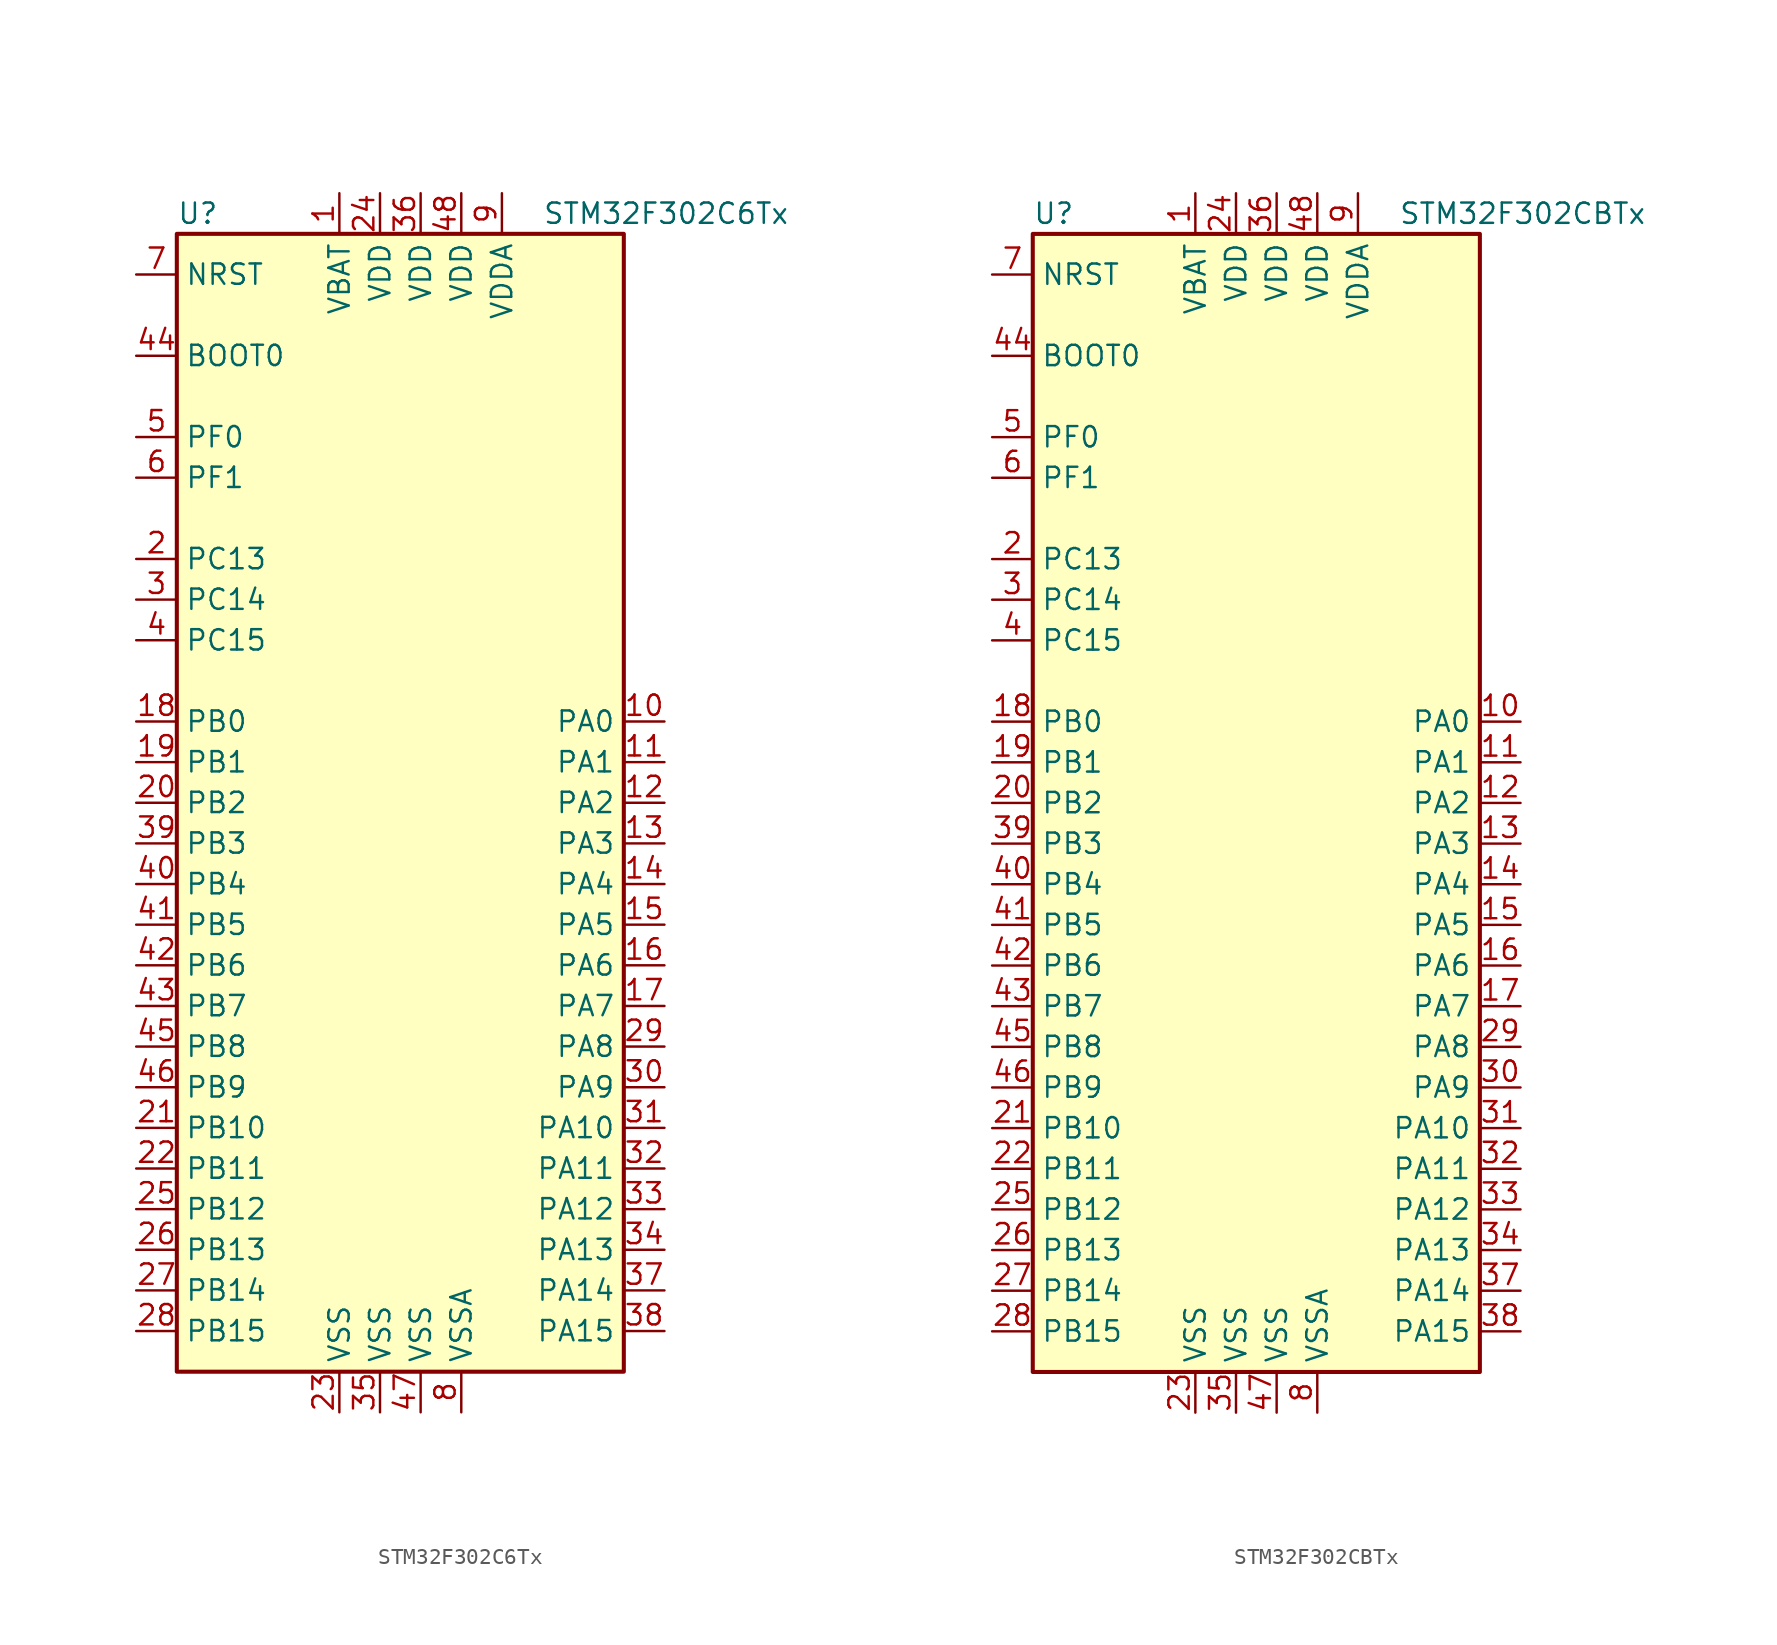
<source format=kicad_sym>
(kicad_symbol_lib
  (version 20201005)
  (generator kicad_symbol_editor)
  (symbol "STM32F302C6Tx"
    (property "Reference" "U"
      (at -15.24 36.83 0)
      (effects (font (size 1.27 1.27)) (justify left)))
    (property "Value" "STM32F302C6Tx"
      (at 7.62 36.83 0)
      (effects (font (size 1.27 1.27)) (justify left)))
    (symbol "STM32F302C6Tx_0_1"
      (rectangle (start -15.24 -35.56) (end 12.7 35.56) (stroke (width 0.254)) (fill (type background))))
    (symbol "STM32F302C6Tx_1_1"
      (pin power_in line (at -5.08 38.1 270) (length 2.54) (name "VBAT" (effects (font (size 1.27 1.27)))) (number "1" (effects (font (size 1.27 1.27)))))
      (pin bidirectional line (at 15.24 5.08 180) (length 2.54) (name "PA0" (effects (font (size 1.27 1.27)))) (number "10" (effects (font (size 1.27 1.27)))))
      (pin bidirectional line (at 15.24 2.54 180) (length 2.54) (name "PA1" (effects (font (size 1.27 1.27)))) (number "11" (effects (font (size 1.27 1.27)))))
      (pin bidirectional line (at 15.24 0 180) (length 2.54) (name "PA2" (effects (font (size 1.27 1.27)))) (number "12" (effects (font (size 1.27 1.27)))))
      (pin bidirectional line (at 15.24 -2.54 180) (length 2.54) (name "PA3" (effects (font (size 1.27 1.27)))) (number "13" (effects (font (size 1.27 1.27)))))
      (pin bidirectional line (at 15.24 -5.08 180) (length 2.54) (name "PA4" (effects (font (size 1.27 1.27)))) (number "14" (effects (font (size 1.27 1.27)))))
      (pin bidirectional line (at 15.24 -7.62 180) (length 2.54) (name "PA5" (effects (font (size 1.27 1.27)))) (number "15" (effects (font (size 1.27 1.27)))))
      (pin bidirectional line (at 15.24 -10.16 180) (length 2.54) (name "PA6" (effects (font (size 1.27 1.27)))) (number "16" (effects (font (size 1.27 1.27)))))
      (pin bidirectional line (at 15.24 -12.7 180) (length 2.54) (name "PA7" (effects (font (size 1.27 1.27)))) (number "17" (effects (font (size 1.27 1.27)))))
      (pin bidirectional line (at -17.78 5.08 0) (length 2.54) (name "PB0" (effects (font (size 1.27 1.27)))) (number "18" (effects (font (size 1.27 1.27)))))
      (pin bidirectional line (at -17.78 2.54 0) (length 2.54) (name "PB1" (effects (font (size 1.27 1.27)))) (number "19" (effects (font (size 1.27 1.27)))))
      (pin bidirectional line (at -17.78 15.24 0) (length 2.54) (name "PC13" (effects (font (size 1.27 1.27)))) (number "2" (effects (font (size 1.27 1.27)))))
      (pin bidirectional line (at -17.78 0 0) (length 2.54) (name "PB2" (effects (font (size 1.27 1.27)))) (number "20" (effects (font (size 1.27 1.27)))))
      (pin bidirectional line (at -17.78 -20.32 0) (length 2.54) (name "PB10" (effects (font (size 1.27 1.27)))) (number "21" (effects (font (size 1.27 1.27)))))
      (pin bidirectional line (at -17.78 -22.86 0) (length 2.54) (name "PB11" (effects (font (size 1.27 1.27)))) (number "22" (effects (font (size 1.27 1.27)))))
      (pin power_in line (at -5.08 -38.1 90) (length 2.54) (name "VSS" (effects (font (size 1.27 1.27)))) (number "23" (effects (font (size 1.27 1.27)))))
      (pin power_in line (at -2.54 38.1 270) (length 2.54) (name "VDD" (effects (font (size 1.27 1.27)))) (number "24" (effects (font (size 1.27 1.27)))))
      (pin bidirectional line (at -17.78 -25.4 0) (length 2.54) (name "PB12" (effects (font (size 1.27 1.27)))) (number "25" (effects (font (size 1.27 1.27)))))
      (pin bidirectional line (at -17.78 -27.94 0) (length 2.54) (name "PB13" (effects (font (size 1.27 1.27)))) (number "26" (effects (font (size 1.27 1.27)))))
      (pin bidirectional line (at -17.78 -30.48 0) (length 2.54) (name "PB14" (effects (font (size 1.27 1.27)))) (number "27" (effects (font (size 1.27 1.27)))))
      (pin bidirectional line (at -17.78 -33.02 0) (length 2.54) (name "PB15" (effects (font (size 1.27 1.27)))) (number "28" (effects (font (size 1.27 1.27)))))
      (pin bidirectional line (at 15.24 -15.24 180) (length 2.54) (name "PA8" (effects (font (size 1.27 1.27)))) (number "29" (effects (font (size 1.27 1.27)))))
      (pin bidirectional line (at -17.78 12.7 0) (length 2.54) (name "PC14" (effects (font (size 1.27 1.27)))) (number "3" (effects (font (size 1.27 1.27)))))
      (pin bidirectional line (at 15.24 -17.78 180) (length 2.54) (name "PA9" (effects (font (size 1.27 1.27)))) (number "30" (effects (font (size 1.27 1.27)))))
      (pin bidirectional line (at 15.24 -20.32 180) (length 2.54) (name "PA10" (effects (font (size 1.27 1.27)))) (number "31" (effects (font (size 1.27 1.27)))))
      (pin bidirectional line (at 15.24 -22.86 180) (length 2.54) (name "PA11" (effects (font (size 1.27 1.27)))) (number "32" (effects (font (size 1.27 1.27)))))
      (pin bidirectional line (at 15.24 -25.4 180) (length 2.54) (name "PA12" (effects (font (size 1.27 1.27)))) (number "33" (effects (font (size 1.27 1.27)))))
      (pin bidirectional line (at 15.24 -27.94 180) (length 2.54) (name "PA13" (effects (font (size 1.27 1.27)))) (number "34" (effects (font (size 1.27 1.27)))))
      (pin power_in line (at -2.54 -38.1 90) (length 2.54) (name "VSS" (effects (font (size 1.27 1.27)))) (number "35" (effects (font (size 1.27 1.27)))))
      (pin power_in line (at 0 38.1 270) (length 2.54) (name "VDD" (effects (font (size 1.27 1.27)))) (number "36" (effects (font (size 1.27 1.27)))))
      (pin bidirectional line (at 15.24 -30.48 180) (length 2.54) (name "PA14" (effects (font (size 1.27 1.27)))) (number "37" (effects (font (size 1.27 1.27)))))
      (pin bidirectional line (at 15.24 -33.02 180) (length 2.54) (name "PA15" (effects (font (size 1.27 1.27)))) (number "38" (effects (font (size 1.27 1.27)))))
      (pin bidirectional line (at -17.78 -2.54 0) (length 2.54) (name "PB3" (effects (font (size 1.27 1.27)))) (number "39" (effects (font (size 1.27 1.27)))))
      (pin bidirectional line (at -17.78 10.16 0) (length 2.54) (name "PC15" (effects (font (size 1.27 1.27)))) (number "4" (effects (font (size 1.27 1.27)))))
      (pin bidirectional line (at -17.78 -5.08 0) (length 2.54) (name "PB4" (effects (font (size 1.27 1.27)))) (number "40" (effects (font (size 1.27 1.27)))))
      (pin bidirectional line (at -17.78 -7.62 0) (length 2.54) (name "PB5" (effects (font (size 1.27 1.27)))) (number "41" (effects (font (size 1.27 1.27)))))
      (pin bidirectional line (at -17.78 -10.16 0) (length 2.54) (name "PB6" (effects (font (size 1.27 1.27)))) (number "42" (effects (font (size 1.27 1.27)))))
      (pin bidirectional line (at -17.78 -12.7 0) (length 2.54) (name "PB7" (effects (font (size 1.27 1.27)))) (number "43" (effects (font (size 1.27 1.27)))))
      (pin input line (at -17.78 27.94 0) (length 2.54) (name "BOOT0" (effects (font (size 1.27 1.27)))) (number "44" (effects (font (size 1.27 1.27)))))
      (pin bidirectional line (at -17.78 -15.24 0) (length 2.54) (name "PB8" (effects (font (size 1.27 1.27)))) (number "45" (effects (font (size 1.27 1.27)))))
      (pin bidirectional line (at -17.78 -17.78 0) (length 2.54) (name "PB9" (effects (font (size 1.27 1.27)))) (number "46" (effects (font (size 1.27 1.27)))))
      (pin power_in line (at 0 -38.1 90) (length 2.54) (name "VSS" (effects (font (size 1.27 1.27)))) (number "47" (effects (font (size 1.27 1.27)))))
      (pin power_in line (at 2.54 38.1 270) (length 2.54) (name "VDD" (effects (font (size 1.27 1.27)))) (number "48" (effects (font (size 1.27 1.27)))))
      (pin input line (at -17.78 22.86 0) (length 2.54) (name "PF0" (effects (font (size 1.27 1.27)))) (number "5" (effects (font (size 1.27 1.27)))))
      (pin input line (at -17.78 20.32 0) (length 2.54) (name "PF1" (effects (font (size 1.27 1.27)))) (number "6" (effects (font (size 1.27 1.27)))))
      (pin input line (at -17.78 33.02 0) (length 2.54) (name "NRST" (effects (font (size 1.27 1.27)))) (number "7" (effects (font (size 1.27 1.27)))))
      (pin power_in line (at 2.54 -38.1 90) (length 2.54) (name "VSSA" (effects (font (size 1.27 1.27)))) (number "8" (effects (font (size 1.27 1.27)))))
      (pin power_in line (at 5.08 38.1 270) (length 2.54) (name "VDDA" (effects (font (size 1.27 1.27)))) (number "9" (effects (font (size 1.27 1.27)))))))
  (symbol "STM32F302CBTx"
    (property "Reference" "U"
      (at -15.24 36.83 0)
      (effects (font (size 1.27 1.27)) (justify left)))
    (property "Value" "STM32F302CBTx"
      (at 7.62 36.83 0)
      (effects (font (size 1.27 1.27)) (justify left)))
    (symbol "STM32F302CBTx_0_1"
      (rectangle (start -15.24 -35.56) (end 12.7 35.56) (stroke (width 0.254)) (fill (type background))))
    (symbol "STM32F302CBTx_1_1"
      (pin power_in line (at -5.08 38.1 270) (length 2.54) (name "VBAT" (effects (font (size 1.27 1.27)))) (number "1" (effects (font (size 1.27 1.27)))))
      (pin bidirectional line (at 15.24 5.08 180) (length 2.54) (name "PA0" (effects (font (size 1.27 1.27)))) (number "10" (effects (font (size 1.27 1.27)))))
      (pin bidirectional line (at 15.24 2.54 180) (length 2.54) (name "PA1" (effects (font (size 1.27 1.27)))) (number "11" (effects (font (size 1.27 1.27)))))
      (pin bidirectional line (at 15.24 0 180) (length 2.54) (name "PA2" (effects (font (size 1.27 1.27)))) (number "12" (effects (font (size 1.27 1.27)))))
      (pin bidirectional line (at 15.24 -2.54 180) (length 2.54) (name "PA3" (effects (font (size 1.27 1.27)))) (number "13" (effects (font (size 1.27 1.27)))))
      (pin bidirectional line (at 15.24 -5.08 180) (length 2.54) (name "PA4" (effects (font (size 1.27 1.27)))) (number "14" (effects (font (size 1.27 1.27)))))
      (pin bidirectional line (at 15.24 -7.62 180) (length 2.54) (name "PA5" (effects (font (size 1.27 1.27)))) (number "15" (effects (font (size 1.27 1.27)))))
      (pin bidirectional line (at 15.24 -10.16 180) (length 2.54) (name "PA6" (effects (font (size 1.27 1.27)))) (number "16" (effects (font (size 1.27 1.27)))))
      (pin bidirectional line (at 15.24 -12.7 180) (length 2.54) (name "PA7" (effects (font (size 1.27 1.27)))) (number "17" (effects (font (size 1.27 1.27)))))
      (pin bidirectional line (at -17.78 5.08 0) (length 2.54) (name "PB0" (effects (font (size 1.27 1.27)))) (number "18" (effects (font (size 1.27 1.27)))))
      (pin bidirectional line (at -17.78 2.54 0) (length 2.54) (name "PB1" (effects (font (size 1.27 1.27)))) (number "19" (effects (font (size 1.27 1.27)))))
      (pin bidirectional line (at -17.78 15.24 0) (length 2.54) (name "PC13" (effects (font (size 1.27 1.27)))) (number "2" (effects (font (size 1.27 1.27)))))
      (pin bidirectional line (at -17.78 0 0) (length 2.54) (name "PB2" (effects (font (size 1.27 1.27)))) (number "20" (effects (font (size 1.27 1.27)))))
      (pin bidirectional line (at -17.78 -20.32 0) (length 2.54) (name "PB10" (effects (font (size 1.27 1.27)))) (number "21" (effects (font (size 1.27 1.27)))))
      (pin bidirectional line (at -17.78 -22.86 0) (length 2.54) (name "PB11" (effects (font (size 1.27 1.27)))) (number "22" (effects (font (size 1.27 1.27)))))
      (pin power_in line (at -5.08 -38.1 90) (length 2.54) (name "VSS" (effects (font (size 1.27 1.27)))) (number "23" (effects (font (size 1.27 1.27)))))
      (pin power_in line (at -2.54 38.1 270) (length 2.54) (name "VDD" (effects (font (size 1.27 1.27)))) (number "24" (effects (font (size 1.27 1.27)))))
      (pin bidirectional line (at -17.78 -25.4 0) (length 2.54) (name "PB12" (effects (font (size 1.27 1.27)))) (number "25" (effects (font (size 1.27 1.27)))))
      (pin bidirectional line (at -17.78 -27.94 0) (length 2.54) (name "PB13" (effects (font (size 1.27 1.27)))) (number "26" (effects (font (size 1.27 1.27)))))
      (pin bidirectional line (at -17.78 -30.48 0) (length 2.54) (name "PB14" (effects (font (size 1.27 1.27)))) (number "27" (effects (font (size 1.27 1.27)))))
      (pin bidirectional line (at -17.78 -33.02 0) (length 2.54) (name "PB15" (effects (font (size 1.27 1.27)))) (number "28" (effects (font (size 1.27 1.27)))))
      (pin bidirectional line (at 15.24 -15.24 180) (length 2.54) (name "PA8" (effects (font (size 1.27 1.27)))) (number "29" (effects (font (size 1.27 1.27)))))
      (pin bidirectional line (at -17.78 12.7 0) (length 2.54) (name "PC14" (effects (font (size 1.27 1.27)))) (number "3" (effects (font (size 1.27 1.27)))))
      (pin bidirectional line (at 15.24 -17.78 180) (length 2.54) (name "PA9" (effects (font (size 1.27 1.27)))) (number "30" (effects (font (size 1.27 1.27)))))
      (pin bidirectional line (at 15.24 -20.32 180) (length 2.54) (name "PA10" (effects (font (size 1.27 1.27)))) (number "31" (effects (font (size 1.27 1.27)))))
      (pin bidirectional line (at 15.24 -22.86 180) (length 2.54) (name "PA11" (effects (font (size 1.27 1.27)))) (number "32" (effects (font (size 1.27 1.27)))))
      (pin bidirectional line (at 15.24 -25.4 180) (length 2.54) (name "PA12" (effects (font (size 1.27 1.27)))) (number "33" (effects (font (size 1.27 1.27)))))
      (pin bidirectional line (at 15.24 -27.94 180) (length 2.54) (name "PA13" (effects (font (size 1.27 1.27)))) (number "34" (effects (font (size 1.27 1.27)))))
      (pin power_in line (at -2.54 -38.1 90) (length 2.54) (name "VSS" (effects (font (size 1.27 1.27)))) (number "35" (effects (font (size 1.27 1.27)))))
      (pin power_in line (at 0 38.1 270) (length 2.54) (name "VDD" (effects (font (size 1.27 1.27)))) (number "36" (effects (font (size 1.27 1.27)))))
      (pin bidirectional line (at 15.24 -30.48 180) (length 2.54) (name "PA14" (effects (font (size 1.27 1.27)))) (number "37" (effects (font (size 1.27 1.27)))))
      (pin bidirectional line (at 15.24 -33.02 180) (length 2.54) (name "PA15" (effects (font (size 1.27 1.27)))) (number "38" (effects (font (size 1.27 1.27)))))
      (pin bidirectional line (at -17.78 -2.54 0) (length 2.54) (name "PB3" (effects (font (size 1.27 1.27)))) (number "39" (effects (font (size 1.27 1.27)))))
      (pin bidirectional line (at -17.78 10.16 0) (length 2.54) (name "PC15" (effects (font (size 1.27 1.27)))) (number "4" (effects (font (size 1.27 1.27)))))
      (pin bidirectional line (at -17.78 -5.08 0) (length 2.54) (name "PB4" (effects (font (size 1.27 1.27)))) (number "40" (effects (font (size 1.27 1.27)))))
      (pin bidirectional line (at -17.78 -7.62 0) (length 2.54) (name "PB5" (effects (font (size 1.27 1.27)))) (number "41" (effects (font (size 1.27 1.27)))))
      (pin bidirectional line (at -17.78 -10.16 0) (length 2.54) (name "PB6" (effects (font (size 1.27 1.27)))) (number "42" (effects (font (size 1.27 1.27)))))
      (pin bidirectional line (at -17.78 -12.7 0) (length 2.54) (name "PB7" (effects (font (size 1.27 1.27)))) (number "43" (effects (font (size 1.27 1.27)))))
      (pin input line (at -17.78 27.94 0) (length 2.54) (name "BOOT0" (effects (font (size 1.27 1.27)))) (number "44" (effects (font (size 1.27 1.27)))))
      (pin bidirectional line (at -17.78 -15.24 0) (length 2.54) (name "PB8" (effects (font (size 1.27 1.27)))) (number "45" (effects (font (size 1.27 1.27)))))
      (pin bidirectional line (at -17.78 -17.78 0) (length 2.54) (name "PB9" (effects (font (size 1.27 1.27)))) (number "46" (effects (font (size 1.27 1.27)))))
      (pin power_in line (at 0 -38.1 90) (length 2.54) (name "VSS" (effects (font (size 1.27 1.27)))) (number "47" (effects (font (size 1.27 1.27)))))
      (pin power_in line (at 2.54 38.1 270) (length 2.54) (name "VDD" (effects (font (size 1.27 1.27)))) (number "48" (effects (font (size 1.27 1.27)))))
      (pin input line (at -17.78 22.86 0) (length 2.54) (name "PF0" (effects (font (size 1.27 1.27)))) (number "5" (effects (font (size 1.27 1.27)))))
      (pin input line (at -17.78 20.32 0) (length 2.54) (name "PF1" (effects (font (size 1.27 1.27)))) (number "6" (effects (font (size 1.27 1.27)))))
      (pin input line (at -17.78 33.02 0) (length 2.54) (name "NRST" (effects (font (size 1.27 1.27)))) (number "7" (effects (font (size 1.27 1.27)))))
      (pin power_in line (at 2.54 -38.1 90) (length 2.54) (name "VSSA" (effects (font (size 1.27 1.27)))) (number "8" (effects (font (size 1.27 1.27)))))
      (pin power_in line (at 5.08 38.1 270) (length 2.54) (name "VDDA" (effects (font (size 1.27 1.27)))) (number "9" (effects (font (size 1.27 1.27))))))))
</source>
